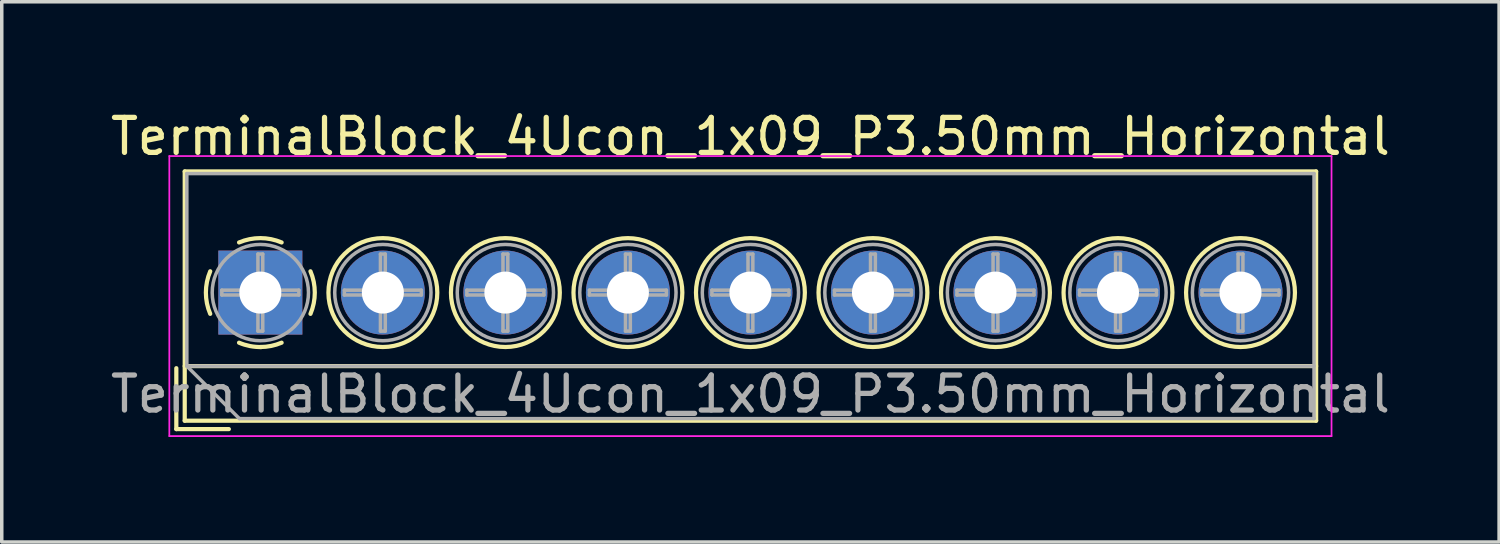
<source format=kicad_pcb>
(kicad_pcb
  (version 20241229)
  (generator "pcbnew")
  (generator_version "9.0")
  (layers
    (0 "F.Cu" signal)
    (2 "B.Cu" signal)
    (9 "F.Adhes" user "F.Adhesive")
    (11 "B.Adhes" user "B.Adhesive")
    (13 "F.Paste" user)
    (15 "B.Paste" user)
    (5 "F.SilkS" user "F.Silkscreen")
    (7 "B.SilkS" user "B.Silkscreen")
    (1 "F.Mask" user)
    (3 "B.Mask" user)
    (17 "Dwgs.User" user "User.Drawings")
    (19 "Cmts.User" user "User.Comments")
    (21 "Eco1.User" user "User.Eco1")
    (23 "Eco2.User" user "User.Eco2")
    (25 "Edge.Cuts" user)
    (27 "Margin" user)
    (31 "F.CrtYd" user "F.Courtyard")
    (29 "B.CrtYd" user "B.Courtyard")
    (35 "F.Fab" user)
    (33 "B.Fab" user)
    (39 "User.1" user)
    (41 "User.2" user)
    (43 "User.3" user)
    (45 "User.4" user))
  (footprint "TerminalBlock_4Ucon_1x09_P3.50mm_Horizontal"
    (layer "F.Cu")
    (at 4.387 5.308)
    (property "Reference" "TerminalBlock_4Ucon_1x09_P3.50mm_Horizontal" (at 14 -4.46 0) (layer "F.SilkS") (effects (font (size 1 1) (thickness 0.15))))
    (attr through_hole)
    (fp_line (start -2.4 2.16) (end -2.4 3.9) (stroke (width 0.12) (type solid)) (layer "F.SilkS"))
    (fp_line (start -2.4 3.9) (end -0.9 3.9) (stroke (width 0.12) (type solid)) (layer "F.SilkS"))
    (fp_line (start -2.16 -3.46) (end -2.16 3.66) (stroke (width 0.12) (type solid)) (layer "F.SilkS"))
    (fp_line (start -2.16 -3.46) (end 30.16 -3.46) (stroke (width 0.12) (type solid)) (layer "F.SilkS"))
    (fp_line (start -2.16 2.1) (end 30.16 2.1) (stroke (width 0.12) (type solid)) (layer "F.SilkS"))
    (fp_line (start -2.16 3.66) (end 30.16 3.66) (stroke (width 0.12) (type solid)) (layer "F.SilkS"))
    (fp_line (start 30.16 -3.46) (end 30.16 3.66) (stroke (width 0.12) (type solid)) (layer "F.SilkS"))
    (fp_arc (start -1.432109 0.607742) (mid -1.555727 -0.00014) (end -1.432 -0.608) (stroke (width 0.12) (type solid)) (layer "F.SilkS"))
    (fp_arc (start -0.607742 -1.432109) (mid 0.00014 -1.555727) (end 0.608 -1.432) (stroke (width 0.12) (type solid)) (layer "F.SilkS"))
    (fp_arc (start 0.027011 1.555493) (mid -0.296984 1.527118) (end -0.608 1.432) (stroke (width 0.12) (type solid)) (layer "F.SilkS"))
    (fp_arc (start 0.607587 1.431385) (mid 0.310017 1.523783) (end 0 1.555) (stroke (width 0.12) (type solid)) (layer "F.SilkS"))
    (fp_arc (start 1.432109 -0.607742) (mid 1.555727 0.00014) (end 1.432 0.608) (stroke (width 0.12) (type solid)) (layer "F.SilkS"))
    (fp_circle (center 3.5 0) (end 5.055 0) (stroke (width 0.12) (type solid)) (fill no) (layer "F.SilkS"))
    (fp_circle (center 7 0) (end 8.555 0) (stroke (width 0.12) (type solid)) (fill no) (layer "F.SilkS"))
    (fp_circle (center 10.5 0) (end 12.055 0) (stroke (width 0.12) (type solid)) (fill no) (layer "F.SilkS"))
    (fp_circle (center 14 0) (end 15.555 0) (stroke (width 0.12) (type solid)) (fill no) (layer "F.SilkS"))
    (fp_circle (center 17.5 0) (end 19.055 0) (stroke (width 0.12) (type solid)) (fill no) (layer "F.SilkS"))
    (fp_circle (center 21 0) (end 22.555 0) (stroke (width 0.12) (type solid)) (fill no) (layer "F.SilkS"))
    (fp_circle (center 24.5 0) (end 26.055 0) (stroke (width 0.12) (type solid)) (fill no) (layer "F.SilkS"))
    (fp_circle (center 28 0) (end 29.555 0) (stroke (width 0.12) (type solid)) (fill no) (layer "F.SilkS"))
    (fp_line (start -2.6 -3.9) (end -2.6 4.1) (stroke (width 0.05) (type solid)) (layer "F.CrtYd"))
    (fp_line (start -2.6 4.1) (end 30.6 4.1) (stroke (width 0.05) (type solid)) (layer "F.CrtYd"))
    (fp_line (start 30.6 -3.9) (end -2.6 -3.9) (stroke (width 0.05) (type solid)) (layer "F.CrtYd"))
    (fp_line (start 30.6 4.1) (end 30.6 -3.9) (stroke (width 0.05) (type solid)) (layer "F.CrtYd"))
    (fp_line (start -2.1 -3.4) (end 30.1 -3.4) (stroke (width 0.1) (type solid)) (layer "F.Fab"))
    (fp_line (start -2.1 2.1) (end -2.1 -3.4) (stroke (width 0.1) (type solid)) (layer "F.Fab"))
    (fp_line (start -2.1 2.1) (end 30.1 2.1) (stroke (width 0.1) (type solid)) (layer "F.Fab"))
    (fp_line (start -1.1 -0.069) (end -0.069 -0.069) (stroke (width 0.1) (type solid)) (layer "F.Fab"))
    (fp_line (start -1.1 0.069) (end -1.1 -0.069) (stroke (width 0.1) (type solid)) (layer "F.Fab"))
    (fp_line (start -0.6 3.6) (end -2.1 2.1) (stroke (width 0.1) (type solid)) (layer "F.Fab"))
    (fp_line (start -0.069 -1.1) (end 0.069 -1.1) (stroke (width 0.1) (type solid)) (layer "F.Fab"))
    (fp_line (start -0.069 -0.069) (end -0.069 -1.1) (stroke (width 0.1) (type solid)) (layer "F.Fab"))
    (fp_line (start -0.069 0.069) (end -1.1 0.069) (stroke (width 0.1) (type solid)) (layer "F.Fab"))
    (fp_line (start -0.069 1.1) (end -0.069 0.069) (stroke (width 0.1) (type solid)) (layer "F.Fab"))
    (fp_line (start 0.069 -1.1) (end 0.069 -0.069) (stroke (width 0.1) (type solid)) (layer "F.Fab"))
    (fp_line (start 0.069 -0.069) (end 1.1 -0.069) (stroke (width 0.1) (type solid)) (layer "F.Fab"))
    (fp_line (start 0.069 0.069) (end 0.069 1.1) (stroke (width 0.1) (type solid)) (layer "F.Fab"))
    (fp_line (start 0.069 1.1) (end -0.069 1.1) (stroke (width 0.1) (type solid)) (layer "F.Fab"))
    (fp_line (start 1.1 -0.069) (end 1.1 0.069) (stroke (width 0.1) (type solid)) (layer "F.Fab"))
    (fp_line (start 1.1 0.069) (end 0.069 0.069) (stroke (width 0.1) (type solid)) (layer "F.Fab"))
    (fp_line (start 2.4 -0.069) (end 3.431 -0.069) (stroke (width 0.1) (type solid)) (layer "F.Fab"))
    (fp_line (start 2.4 0.069) (end 2.4 -0.069) (stroke (width 0.1) (type solid)) (layer "F.Fab"))
    (fp_line (start 3.431 -1.1) (end 3.569 -1.1) (stroke (width 0.1) (type solid)) (layer "F.Fab"))
    (fp_line (start 3.431 -0.069) (end 3.431 -1.1) (stroke (width 0.1) (type solid)) (layer "F.Fab"))
    (fp_line (start 3.431 0.069) (end 2.4 0.069) (stroke (width 0.1) (type solid)) (layer "F.Fab"))
    (fp_line (start 3.431 1.1) (end 3.431 0.069) (stroke (width 0.1) (type solid)) (layer "F.Fab"))
    (fp_line (start 3.569 -1.1) (end 3.569 -0.069) (stroke (width 0.1) (type solid)) (layer "F.Fab"))
    (fp_line (start 3.569 -0.069) (end 4.6 -0.069) (stroke (width 0.1) (type solid)) (layer "F.Fab"))
    (fp_line (start 3.569 0.069) (end 3.569 1.1) (stroke (width 0.1) (type solid)) (layer "F.Fab"))
    (fp_line (start 3.569 1.1) (end 3.431 1.1) (stroke (width 0.1) (type solid)) (layer "F.Fab"))
    (fp_line (start 4.6 -0.069) (end 4.6 0.069) (stroke (width 0.1) (type solid)) (layer "F.Fab"))
    (fp_line (start 4.6 0.069) (end 3.569 0.069) (stroke (width 0.1) (type solid)) (layer "F.Fab"))
    (fp_line (start 5.9 -0.069) (end 6.931 -0.069) (stroke (width 0.1) (type solid)) (layer "F.Fab"))
    (fp_line (start 5.9 0.069) (end 5.9 -0.069) (stroke (width 0.1) (type solid)) (layer "F.Fab"))
    (fp_line (start 6.931 -1.1) (end 7.069 -1.1) (stroke (width 0.1) (type solid)) (layer "F.Fab"))
    (fp_line (start 6.931 -0.069) (end 6.931 -1.1) (stroke (width 0.1) (type solid)) (layer "F.Fab"))
    (fp_line (start 6.931 0.069) (end 5.9 0.069) (stroke (width 0.1) (type solid)) (layer "F.Fab"))
    (fp_line (start 6.931 1.1) (end 6.931 0.069) (stroke (width 0.1) (type solid)) (layer "F.Fab"))
    (fp_line (start 7.069 -1.1) (end 7.069 -0.069) (stroke (width 0.1) (type solid)) (layer "F.Fab"))
    (fp_line (start 7.069 -0.069) (end 8.1 -0.069) (stroke (width 0.1) (type solid)) (layer "F.Fab"))
    (fp_line (start 7.069 0.069) (end 7.069 1.1) (stroke (width 0.1) (type solid)) (layer "F.Fab"))
    (fp_line (start 7.069 1.1) (end 6.931 1.1) (stroke (width 0.1) (type solid)) (layer "F.Fab"))
    (fp_line (start 8.1 -0.069) (end 8.1 0.069) (stroke (width 0.1) (type solid)) (layer "F.Fab"))
    (fp_line (start 8.1 0.069) (end 7.069 0.069) (stroke (width 0.1) (type solid)) (layer "F.Fab"))
    (fp_line (start 9.4 -0.069) (end 10.431 -0.069) (stroke (width 0.1) (type solid)) (layer "F.Fab"))
    (fp_line (start 9.4 0.069) (end 9.4 -0.069) (stroke (width 0.1) (type solid)) (layer "F.Fab"))
    (fp_line (start 10.431 -1.1) (end 10.569 -1.1) (stroke (width 0.1) (type solid)) (layer "F.Fab"))
    (fp_line (start 10.431 -0.069) (end 10.431 -1.1) (stroke (width 0.1) (type solid)) (layer "F.Fab"))
    (fp_line (start 10.431 0.069) (end 9.4 0.069) (stroke (width 0.1) (type solid)) (layer "F.Fab"))
    (fp_line (start 10.431 1.1) (end 10.431 0.069) (stroke (width 0.1) (type solid)) (layer "F.Fab"))
    (fp_line (start 10.569 -1.1) (end 10.569 -0.069) (stroke (width 0.1) (type solid)) (layer "F.Fab"))
    (fp_line (start 10.569 -0.069) (end 11.6 -0.069) (stroke (width 0.1) (type solid)) (layer "F.Fab"))
    (fp_line (start 10.569 0.069) (end 10.569 1.1) (stroke (width 0.1) (type solid)) (layer "F.Fab"))
    (fp_line (start 10.569 1.1) (end 10.431 1.1) (stroke (width 0.1) (type solid)) (layer "F.Fab"))
    (fp_line (start 11.6 -0.069) (end 11.6 0.069) (stroke (width 0.1) (type solid)) (layer "F.Fab"))
    (fp_line (start 11.6 0.069) (end 10.569 0.069) (stroke (width 0.1) (type solid)) (layer "F.Fab"))
    (fp_line (start 12.9 -0.069) (end 13.931 -0.069) (stroke (width 0.1) (type solid)) (layer "F.Fab"))
    (fp_line (start 12.9 0.069) (end 12.9 -0.069) (stroke (width 0.1) (type solid)) (layer "F.Fab"))
    (fp_line (start 13.931 -1.1) (end 14.069 -1.1) (stroke (width 0.1) (type solid)) (layer "F.Fab"))
    (fp_line (start 13.931 -0.069) (end 13.931 -1.1) (stroke (width 0.1) (type solid)) (layer "F.Fab"))
    (fp_line (start 13.931 0.069) (end 12.9 0.069) (stroke (width 0.1) (type solid)) (layer "F.Fab"))
    (fp_line (start 13.931 1.1) (end 13.931 0.069) (stroke (width 0.1) (type solid)) (layer "F.Fab"))
    (fp_line (start 14.069 -1.1) (end 14.069 -0.069) (stroke (width 0.1) (type solid)) (layer "F.Fab"))
    (fp_line (start 14.069 -0.069) (end 15.1 -0.069) (stroke (width 0.1) (type solid)) (layer "F.Fab"))
    (fp_line (start 14.069 0.069) (end 14.069 1.1) (stroke (width 0.1) (type solid)) (layer "F.Fab"))
    (fp_line (start 14.069 1.1) (end 13.931 1.1) (stroke (width 0.1) (type solid)) (layer "F.Fab"))
    (fp_line (start 15.1 -0.069) (end 15.1 0.069) (stroke (width 0.1) (type solid)) (layer "F.Fab"))
    (fp_line (start 15.1 0.069) (end 14.069 0.069) (stroke (width 0.1) (type solid)) (layer "F.Fab"))
    (fp_line (start 16.4 -0.069) (end 17.431 -0.069) (stroke (width 0.1) (type solid)) (layer "F.Fab"))
    (fp_line (start 16.4 0.069) (end 16.4 -0.069) (stroke (width 0.1) (type solid)) (layer "F.Fab"))
    (fp_line (start 17.431 -1.1) (end 17.569 -1.1) (stroke (width 0.1) (type solid)) (layer "F.Fab"))
    (fp_line (start 17.431 -0.069) (end 17.431 -1.1) (stroke (width 0.1) (type solid)) (layer "F.Fab"))
    (fp_line (start 17.431 0.069) (end 16.4 0.069) (stroke (width 0.1) (type solid)) (layer "F.Fab"))
    (fp_line (start 17.431 1.1) (end 17.431 0.069) (stroke (width 0.1) (type solid)) (layer "F.Fab"))
    (fp_line (start 17.569 -1.1) (end 17.569 -0.069) (stroke (width 0.1) (type solid)) (layer "F.Fab"))
    (fp_line (start 17.569 -0.069) (end 18.6 -0.069) (stroke (width 0.1) (type solid)) (layer "F.Fab"))
    (fp_line (start 17.569 0.069) (end 17.569 1.1) (stroke (width 0.1) (type solid)) (layer "F.Fab"))
    (fp_line (start 17.569 1.1) (end 17.431 1.1) (stroke (width 0.1) (type solid)) (layer "F.Fab"))
    (fp_line (start 18.6 -0.069) (end 18.6 0.069) (stroke (width 0.1) (type solid)) (layer "F.Fab"))
    (fp_line (start 18.6 0.069) (end 17.569 0.069) (stroke (width 0.1) (type solid)) (layer "F.Fab"))
    (fp_line (start 19.9 -0.069) (end 20.931 -0.069) (stroke (width 0.1) (type solid)) (layer "F.Fab"))
    (fp_line (start 19.9 0.069) (end 19.9 -0.069) (stroke (width 0.1) (type solid)) (layer "F.Fab"))
    (fp_line (start 20.931 -1.1) (end 21.069 -1.1) (stroke (width 0.1) (type solid)) (layer "F.Fab"))
    (fp_line (start 20.931 -0.069) (end 20.931 -1.1) (stroke (width 0.1) (type solid)) (layer "F.Fab"))
    (fp_line (start 20.931 0.069) (end 19.9 0.069) (stroke (width 0.1) (type solid)) (layer "F.Fab"))
    (fp_line (start 20.931 1.1) (end 20.931 0.069) (stroke (width 0.1) (type solid)) (layer "F.Fab"))
    (fp_line (start 21.069 -1.1) (end 21.069 -0.069) (stroke (width 0.1) (type solid)) (layer "F.Fab"))
    (fp_line (start 21.069 -0.069) (end 22.1 -0.069) (stroke (width 0.1) (type solid)) (layer "F.Fab"))
    (fp_line (start 21.069 0.069) (end 21.069 1.1) (stroke (width 0.1) (type solid)) (layer "F.Fab"))
    (fp_line (start 21.069 1.1) (end 20.931 1.1) (stroke (width 0.1) (type solid)) (layer "F.Fab"))
    (fp_line (start 22.1 -0.069) (end 22.1 0.069) (stroke (width 0.1) (type solid)) (layer "F.Fab"))
    (fp_line (start 22.1 0.069) (end 21.069 0.069) (stroke (width 0.1) (type solid)) (layer "F.Fab"))
    (fp_line (start 23.4 -0.069) (end 24.431 -0.069) (stroke (width 0.1) (type solid)) (layer "F.Fab"))
    (fp_line (start 23.4 0.069) (end 23.4 -0.069) (stroke (width 0.1) (type solid)) (layer "F.Fab"))
    (fp_line (start 24.431 -1.1) (end 24.569 -1.1) (stroke (width 0.1) (type solid)) (layer "F.Fab"))
    (fp_line (start 24.431 -0.069) (end 24.431 -1.1) (stroke (width 0.1) (type solid)) (layer "F.Fab"))
    (fp_line (start 24.431 0.069) (end 23.4 0.069) (stroke (width 0.1) (type solid)) (layer "F.Fab"))
    (fp_line (start 24.431 1.1) (end 24.431 0.069) (stroke (width 0.1) (type solid)) (layer "F.Fab"))
    (fp_line (start 24.569 -1.1) (end 24.569 -0.069) (stroke (width 0.1) (type solid)) (layer "F.Fab"))
    (fp_line (start 24.569 -0.069) (end 25.6 -0.069) (stroke (width 0.1) (type solid)) (layer "F.Fab"))
    (fp_line (start 24.569 0.069) (end 24.569 1.1) (stroke (width 0.1) (type solid)) (layer "F.Fab"))
    (fp_line (start 24.569 1.1) (end 24.431 1.1) (stroke (width 0.1) (type solid)) (layer "F.Fab"))
    (fp_line (start 25.6 -0.069) (end 25.6 0.069) (stroke (width 0.1) (type solid)) (layer "F.Fab"))
    (fp_line (start 25.6 0.069) (end 24.569 0.069) (stroke (width 0.1) (type solid)) (layer "F.Fab"))
    (fp_line (start 26.9 -0.069) (end 27.931 -0.069) (stroke (width 0.1) (type solid)) (layer "F.Fab"))
    (fp_line (start 26.9 0.069) (end 26.9 -0.069) (stroke (width 0.1) (type solid)) (layer "F.Fab"))
    (fp_line (start 27.931 -1.1) (end 28.069 -1.1) (stroke (width 0.1) (type solid)) (layer "F.Fab"))
    (fp_line (start 27.931 -0.069) (end 27.931 -1.1) (stroke (width 0.1) (type solid)) (layer "F.Fab"))
    (fp_line (start 27.931 0.069) (end 26.9 0.069) (stroke (width 0.1) (type solid)) (layer "F.Fab"))
    (fp_line (start 27.931 1.1) (end 27.931 0.069) (stroke (width 0.1) (type solid)) (layer "F.Fab"))
    (fp_line (start 28.069 -1.1) (end 28.069 -0.069) (stroke (width 0.1) (type solid)) (layer "F.Fab"))
    (fp_line (start 28.069 -0.069) (end 29.1 -0.069) (stroke (width 0.1) (type solid)) (layer "F.Fab"))
    (fp_line (start 28.069 0.069) (end 28.069 1.1) (stroke (width 0.1) (type solid)) (layer "F.Fab"))
    (fp_line (start 28.069 1.1) (end 27.931 1.1) (stroke (width 0.1) (type solid)) (layer "F.Fab"))
    (fp_line (start 29.1 -0.069) (end 29.1 0.069) (stroke (width 0.1) (type solid)) (layer "F.Fab"))
    (fp_line (start 29.1 0.069) (end 28.069 0.069) (stroke (width 0.1) (type solid)) (layer "F.Fab"))
    (fp_line (start 30.1 -3.4) (end 30.1 3.6) (stroke (width 0.1) (type solid)) (layer "F.Fab"))
    (fp_line (start 30.1 3.6) (end -0.6 3.6) (stroke (width 0.1) (type solid)) (layer "F.Fab"))
    (fp_circle (center 0 0) (end 1.375 0) (stroke (width 0.1) (type solid)) (fill no) (layer "F.Fab"))
    (fp_circle (center 3.5 0) (end 4.875 0) (stroke (width 0.1) (type solid)) (fill no) (layer "F.Fab"))
    (fp_circle (center 7 0) (end 8.375 0) (stroke (width 0.1) (type solid)) (fill no) (layer "F.Fab"))
    (fp_circle (center 10.5 0) (end 11.875 0) (stroke (width 0.1) (type solid)) (fill no) (layer "F.Fab"))
    (fp_circle (center 14 0) (end 15.375 0) (stroke (width 0.1) (type solid)) (fill no) (layer "F.Fab"))
    (fp_circle (center 17.5 0) (end 18.875 0) (stroke (width 0.1) (type solid)) (fill no) (layer "F.Fab"))
    (fp_circle (center 21 0) (end 22.375 0) (stroke (width 0.1) (type solid)) (fill no) (layer "F.Fab"))
    (fp_circle (center 24.5 0) (end 25.875 0) (stroke (width 0.1) (type solid)) (fill no) (layer "F.Fab"))
    (fp_circle (center 28 0) (end 29.375 0) (stroke (width 0.1) (type solid)) (fill no) (layer "F.Fab"))
    (fp_text user "${REFERENCE}" (at 14 2.9 0) (layer "F.Fab") (effects (font (size 1 1) (thickness 0.15))))
    (pad "1" thru_hole rect (at 0 0) (size 2.4 2.4) (drill 1.2) (layers "*.Cu" "*.Mask"))
    (pad "2" thru_hole circle (at 3.5 0) (size 2.4 2.4) (drill 1.2) (layers "*.Cu" "*.Mask"))
    (pad "3" thru_hole circle (at 7 0) (size 2.4 2.4) (drill 1.2) (layers "*.Cu" "*.Mask"))
    (pad "4" thru_hole circle (at 10.5 0) (size 2.4 2.4) (drill 1.2) (layers "*.Cu" "*.Mask"))
    (pad "5" thru_hole circle (at 14 0) (size 2.4 2.4) (drill 1.2) (layers "*.Cu" "*.Mask"))
    (pad "6" thru_hole circle (at 17.5 0) (size 2.4 2.4) (drill 1.2) (layers "*.Cu" "*.Mask"))
    (pad "7" thru_hole circle (at 21 0) (size 2.4 2.4) (drill 1.2) (layers "*.Cu" "*.Mask"))
    (pad "8" thru_hole circle (at 24.5 0) (size 2.4 2.4) (drill 1.2) (layers "*.Cu" "*.Mask"))
    (pad "9" thru_hole circle (at 28 0) (size 2.4 2.4) (drill 1.2) (layers "*.Cu" "*.Mask")))
  (gr_rect
    (start -3 -3)
    (end 39.774 12.433)
    (stroke (width 0.1) (type default))
    (fill no)
    (layer "Edge.Cuts")))
</source>
